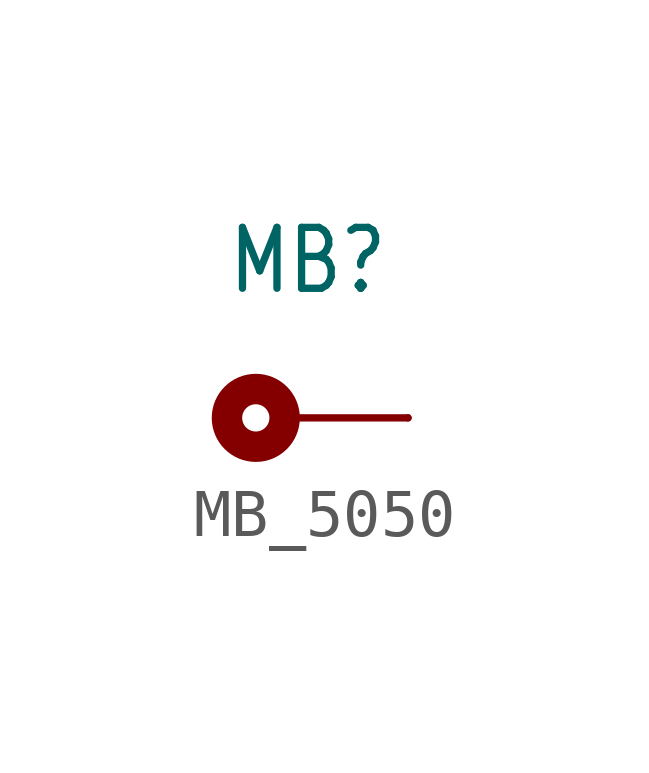
<source format=kicad_sym>
(kicad_symbol_lib
  (version 20201005)
  (generator kicad_symbol_editor)
  (symbol "MB_5050"
    (property "Reference" "MB"
      (at -1.27 2.54 0)
      (effects (font (size 1.27 1.079)) (justify left bottom)))
    (property "ki_locked" ""
      (at 0 0 0)
      (effects (font (size 1.27 1.27))))
    (symbol "MB_5050_1_0"
      (circle (center -0.635 0) (radius 0.635) (stroke (width 0.152)) (fill (type none)))
      (circle (center -0.635 0) (radius 0.284) (stroke (width 0.635)) (fill (type none)))
      (polyline (pts (xy 2.54 0) (xy 0 0)) (stroke (width 0.152)) (fill (type none)))
      (pin passive line (at 2.54 0 180) (length 0) (name "1" (effects (font (size 0 0)))) (number "1" (effects (font (size 0 0))))))))
</source>
